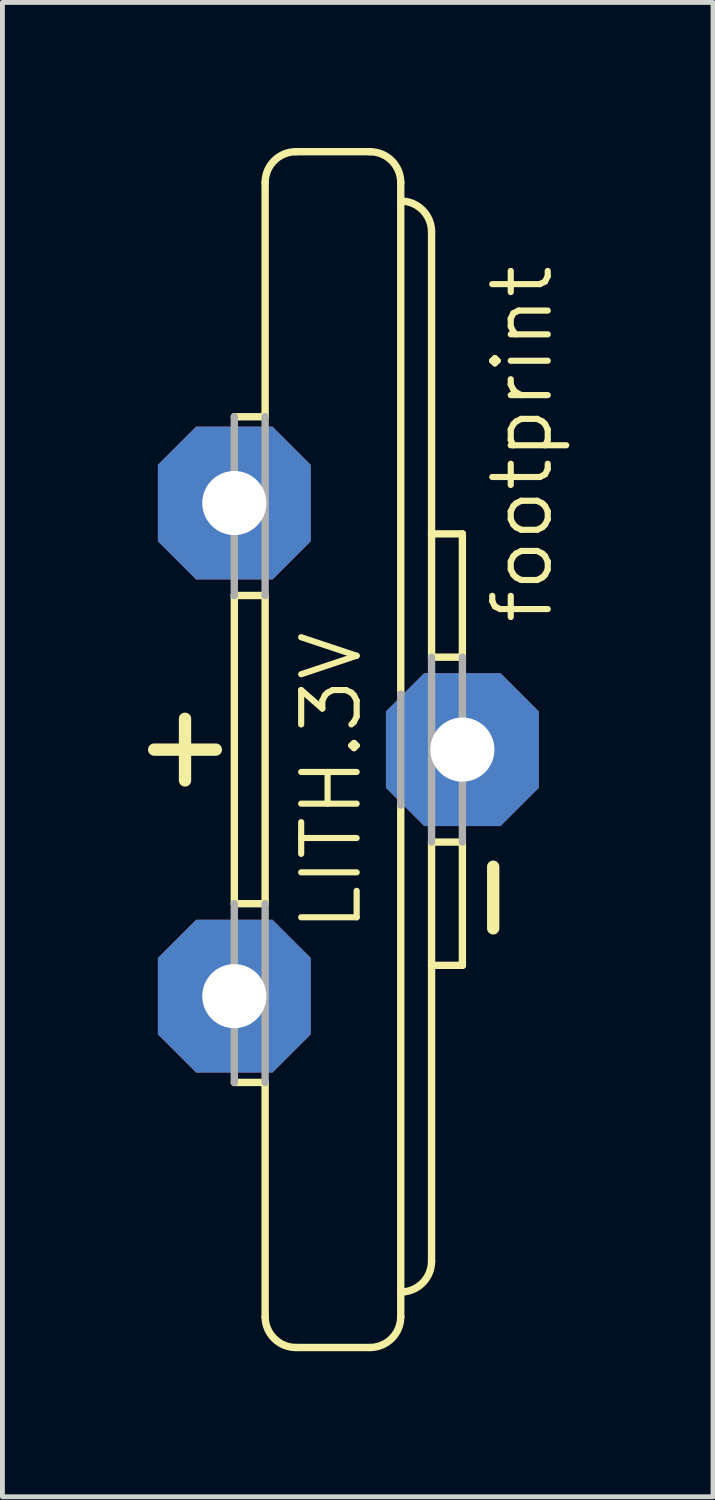
<source format=kicad_pcb>
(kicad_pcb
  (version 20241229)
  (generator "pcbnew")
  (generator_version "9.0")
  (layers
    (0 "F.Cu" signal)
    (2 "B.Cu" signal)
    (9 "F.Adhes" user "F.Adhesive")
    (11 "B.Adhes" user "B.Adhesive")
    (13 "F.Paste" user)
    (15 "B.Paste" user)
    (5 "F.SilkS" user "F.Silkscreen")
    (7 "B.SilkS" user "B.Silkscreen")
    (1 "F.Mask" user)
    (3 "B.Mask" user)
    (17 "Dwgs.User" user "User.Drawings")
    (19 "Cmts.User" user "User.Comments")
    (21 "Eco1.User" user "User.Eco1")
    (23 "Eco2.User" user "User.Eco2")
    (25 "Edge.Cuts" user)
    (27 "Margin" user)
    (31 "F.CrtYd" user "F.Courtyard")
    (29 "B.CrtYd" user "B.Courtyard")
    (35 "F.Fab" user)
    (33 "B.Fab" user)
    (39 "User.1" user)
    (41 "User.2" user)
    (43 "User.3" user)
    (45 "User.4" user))
  (footprint "footprint"
    (layer "F.Cu")
    (at 4.318 12.395)
    (property "Reference" "footprint" (at 4.064 -2.54 90) (layer "F.SilkS") (effects (font (size 1.143 1.143) (thickness 0.127)) (justify left bottom)))
    (fp_line (start -4.191 0) (end -2.921 0) (stroke (width 0.254) (type solid)) (layer "F.SilkS"))
    (fp_line (start -3.556 -0.635) (end -3.556 0.635) (stroke (width 0.254) (type solid)) (layer "F.SilkS"))
    (fp_line (start -2.54 3.175) (end -2.54 -3.175) (stroke (width 0.152) (type solid)) (layer "F.SilkS"))
    (fp_line (start -1.905 -6.858) (end -2.54 -6.858) (stroke (width 0.152) (type solid)) (layer "F.SilkS"))
    (fp_line (start -1.905 -6.858) (end -1.905 -11.684) (stroke (width 0.152) (type solid)) (layer "F.SilkS"))
    (fp_line (start -1.905 -3.175) (end -2.54 -3.175) (stroke (width 0.152) (type solid)) (layer "F.SilkS"))
    (fp_line (start -1.905 3.175) (end -2.54 3.175) (stroke (width 0.152) (type solid)) (layer "F.SilkS"))
    (fp_line (start -1.905 3.175) (end -1.905 -3.175) (stroke (width 0.152) (type solid)) (layer "F.SilkS"))
    (fp_line (start -1.905 6.858) (end -2.54 6.858) (stroke (width 0.152) (type solid)) (layer "F.SilkS"))
    (fp_line (start -1.905 11.684) (end -1.905 6.858) (stroke (width 0.152) (type solid)) (layer "F.SilkS"))
    (fp_line (start -1.27 -12.319) (end 0.254 -12.319) (stroke (width 0.152) (type solid)) (layer "F.SilkS"))
    (fp_line (start -1.27 12.319) (end 0.254 12.319) (stroke (width 0.152) (type solid)) (layer "F.SilkS"))
    (fp_line (start 0.889 -1.143) (end 0.889 -11.684) (stroke (width 0.152) (type solid)) (layer "F.SilkS"))
    (fp_line (start 0.889 11.684) (end 0.889 1.143) (stroke (width 0.152) (type solid)) (layer "F.SilkS"))
    (fp_line (start 1.524 -4.445) (end 1.524 -10.668) (stroke (width 0.152) (type solid)) (layer "F.SilkS"))
    (fp_line (start 1.524 -1.905) (end 1.524 -4.445) (stroke (width 0.152) (type solid)) (layer "F.SilkS"))
    (fp_line (start 1.524 1.905) (end 1.524 4.445) (stroke (width 0.152) (type solid)) (layer "F.SilkS"))
    (fp_line (start 1.524 4.445) (end 1.524 10.541) (stroke (width 0.152) (type solid)) (layer "F.SilkS"))
    (fp_line (start 2.159 -4.445) (end 1.524 -4.445) (stroke (width 0.152) (type solid)) (layer "F.SilkS"))
    (fp_line (start 2.159 -1.905) (end 1.524 -1.905) (stroke (width 0.152) (type solid)) (layer "F.SilkS"))
    (fp_line (start 2.159 -1.905) (end 2.159 -4.445) (stroke (width 0.152) (type solid)) (layer "F.SilkS"))
    (fp_line (start 2.159 1.905) (end 1.524 1.905) (stroke (width 0.152) (type solid)) (layer "F.SilkS"))
    (fp_line (start 2.159 1.905) (end 2.159 4.445) (stroke (width 0.152) (type solid)) (layer "F.SilkS"))
    (fp_line (start 2.159 4.445) (end 1.524 4.445) (stroke (width 0.152) (type solid)) (layer "F.SilkS"))
    (fp_line (start 2.794 2.413) (end 2.794 3.683) (stroke (width 0.254) (type solid)) (layer "F.SilkS"))
    (fp_arc (start -1.905 -11.684) (mid -1.719013 -12.133013) (end -1.27 -12.319) (stroke (width 0.1524) (type solid)) (layer "F.SilkS"))
    (fp_arc (start -1.27 12.319) (mid -1.719013 12.133013) (end -1.905 11.684) (stroke (width 0.1524) (type solid)) (layer "F.SilkS"))
    (fp_arc (start 0.254 -12.319) (mid 0.703013 -12.133012) (end 0.888999 -11.683999) (stroke (width 0.1524) (type solid)) (layer "F.SilkS"))
    (fp_arc (start 0.888999 11.683999) (mid 0.703013 12.133012) (end 0.254 12.319) (stroke (width 0.1524) (type solid)) (layer "F.SilkS"))
    (fp_arc (start 0.889 -11.303) (mid 1.338013 -11.117013) (end 1.524 -10.668) (stroke (width 0.1524) (type solid)) (layer "F.SilkS"))
    (fp_arc (start 1.524 10.541) (mid 1.338013 10.990013) (end 0.889 11.176) (stroke (width 0.1524) (type solid)) (layer "F.SilkS"))
    (fp_line (start -2.54 -3.175) (end -2.54 -6.858) (stroke (width 0.152) (type solid)) (layer "F.Fab"))
    (fp_line (start -2.54 6.858) (end -2.54 3.175) (stroke (width 0.152) (type solid)) (layer "F.Fab"))
    (fp_line (start -1.905 -3.175) (end -1.905 -6.858) (stroke (width 0.152) (type solid)) (layer "F.Fab"))
    (fp_line (start -1.905 6.858) (end -1.905 3.175) (stroke (width 0.152) (type solid)) (layer "F.Fab"))
    (fp_line (start 0.889 -1.143) (end 0.889 1.143) (stroke (width 0.152) (type solid)) (layer "F.Fab"))
    (fp_line (start 1.524 1.905) (end 1.524 -1.905) (stroke (width 0.152) (type solid)) (layer "F.Fab"))
    (fp_line (start 2.159 1.905) (end 2.159 -1.905) (stroke (width 0.152) (type solid)) (layer "F.Fab"))
    (fp_text user "LITH.3V" (at 0.127 3.81 90) (layer "F.SilkS") (effects (font (size 1.143 1.143) (thickness 0.127)) (justify left bottom)))
    (pad "+" thru_hole roundrect (at -2.54 5.08) (size 3.15 3.15) (drill 1.321) (layers "*.Cu" "*.Mask") (roundrect_rratio 0.25) (chamfer_ratio 0.25) (chamfer top_left top_right bottom_left bottom_right))
    (pad "+@1" thru_hole roundrect (at -2.54 -5.08) (size 3.15 3.15) (drill 1.321) (layers "*.Cu" "*.Mask") (roundrect_rratio 0.25) (chamfer_ratio 0.25) (chamfer top_left top_right bottom_left bottom_right))
    (pad "-" thru_hole roundrect (at 2.159 0) (size 3.15 3.15) (drill 1.321) (layers "*.Cu" "*.Mask") (roundrect_rratio 0.25) (chamfer_ratio 0.25) (chamfer top_left top_right bottom_left bottom_right)))
  (gr_rect
    (start -3 -3)
    (end 11.641 27.79)
    (stroke (width 0.1) (type default))
    (fill no)
    (layer "Edge.Cuts")))
</source>
